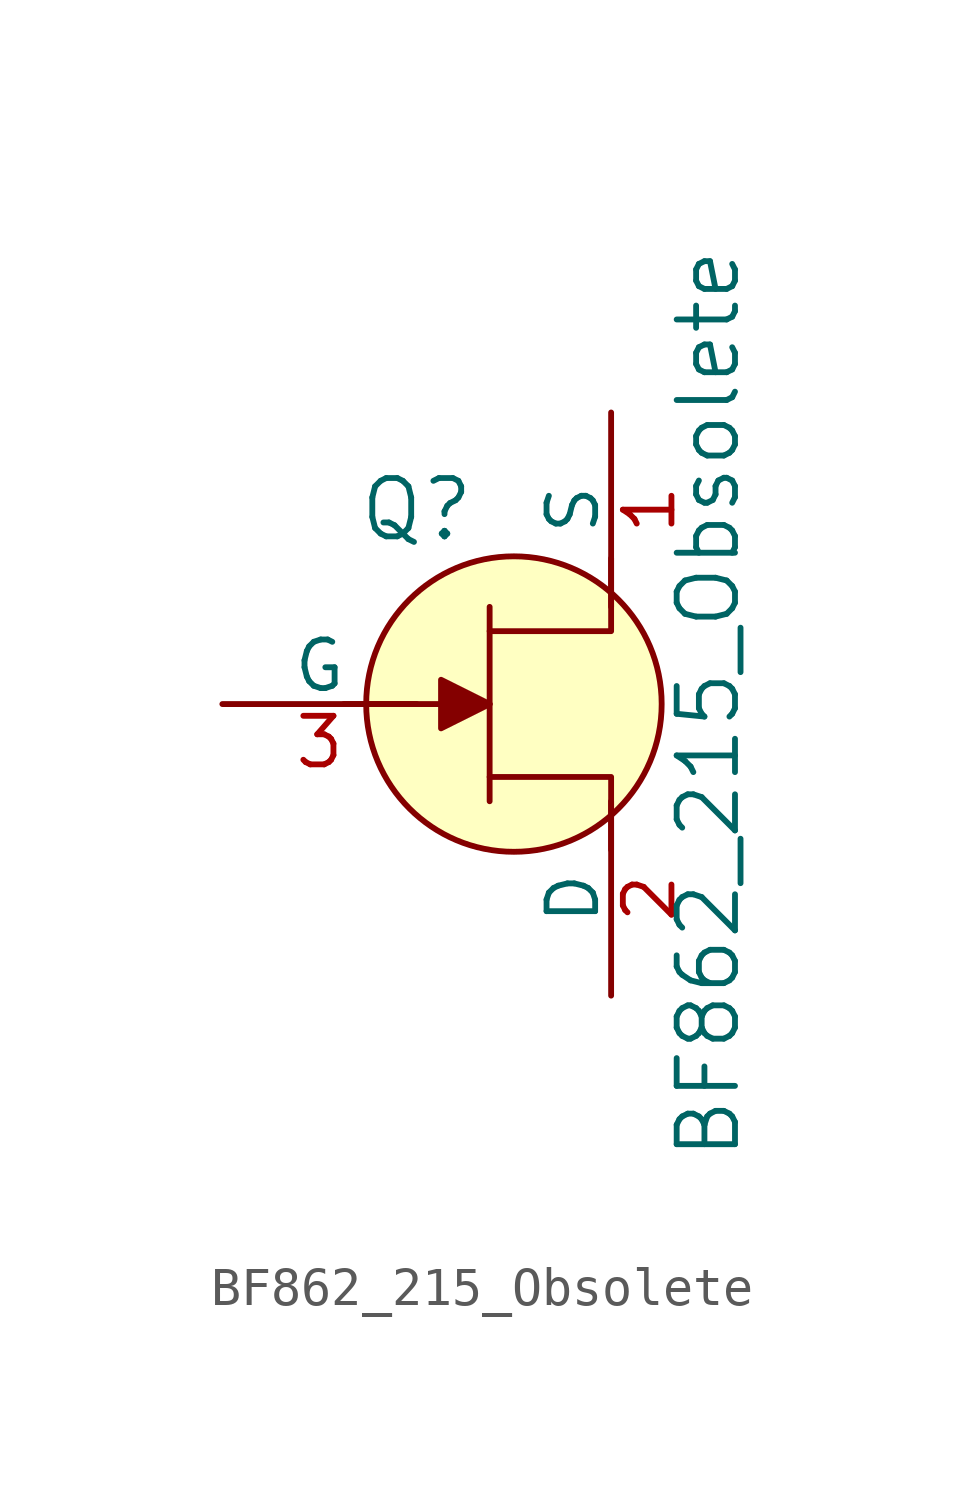
<source format=kicad_sym>
(kicad_symbol_lib
  (version 20231120)
  (generator "kicad_symbol_editor")
  (generator_version "8.0")
  (symbol "BF862_215_Obsolete"
    (pin_names
      (offset 0))
    (property "Reference" "Q"
      (at -2.54 5.08 0)
      (effects (font (size 1.524 1.524))))
    (property "Value" "BF862_215_Obsolete"
      (at 5.08 0 90)
      (effects (font (size 1.524 1.524))))
    (symbol "BF862_215_Obsolete_0_1"
      (polyline (pts (xy -0.635 -2.54) (xy -0.635 2.54)) (stroke (width 0) (type default)) (fill (type none)))
      (polyline (pts (xy -0.635 0) (xy -4.445 0)) (stroke (width 0) (type default)) (fill (type none)))
      (polyline (pts (xy -0.635 -1.905) (xy 2.54 -1.905) (xy 2.54 -3.81)) (stroke (width 0) (type default)) (fill (type none)))
      (polyline (pts (xy -0.635 1.905) (xy 2.54 1.905) (xy 2.54 3.81)) (stroke (width 0) (type default)) (fill (type none))))
    (symbol "BF862_215_Obsolete_1_1"
      (polyline (pts (xy -1.905 0.635) (xy -1.905 -0.635) (xy -0.635 0) (xy -1.905 0.635)) (stroke (width 0) (type default)) (fill (type outline)))
      (circle (center 0 0) (radius 3.861) (stroke (width 0) (type default)) (fill (type background)))
      (pin passive line (at 2.54 7.62 270) (length 5.08) (name "S" (effects (font (size 1.27 1.27)))) (number "1" (effects (font (size 1.27 1.27)))))
      (pin passive line (at 2.54 -7.62 90) (length 5.08) (name "D" (effects (font (size 1.27 1.27)))) (number "2" (effects (font (size 1.27 1.27)))))
      (pin input line (at -7.62 0 0) (length 5.08) (name "G" (effects (font (size 1.27 1.27)))) (number "3" (effects (font (size 1.27 1.27))))))))
</source>
